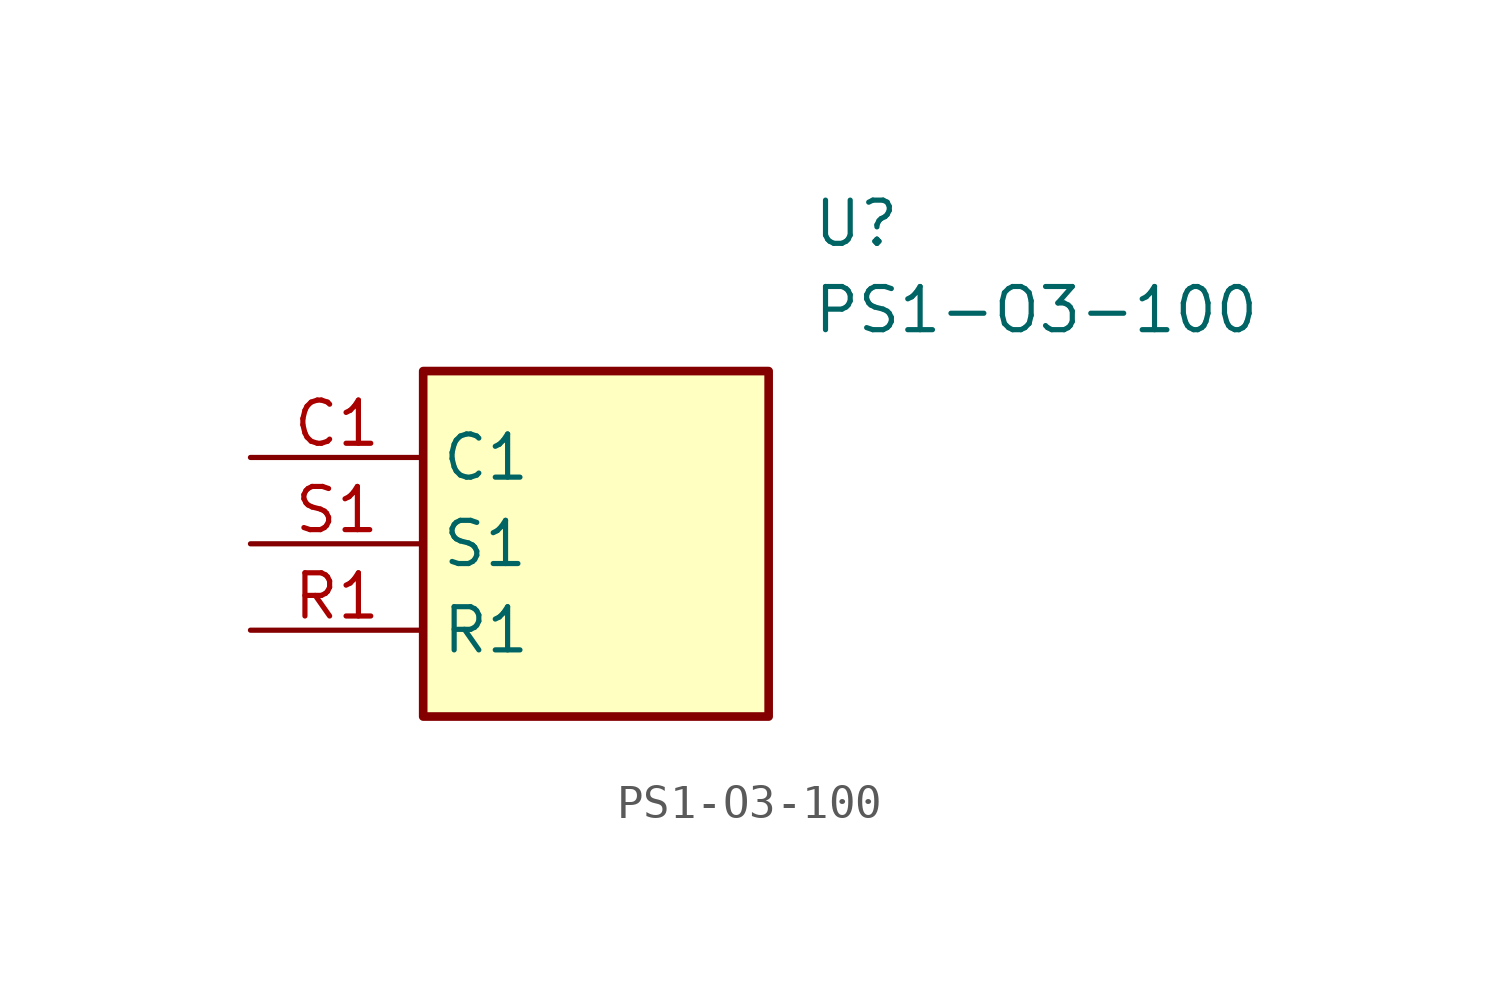
<source format=kicad_sym>
(kicad_symbol_lib
  (version 20211014)
  (generator SamacSys_ECAD_Model)
  (symbol "PS1-O3-100"
    (property "Reference" "U"
      (at 16.51 7.62 0)
      (effects (font (size 1.27 1.27)) (justify left top)))
    (property "Value" "PS1-O3-100"
      (at 16.51 5.08 0)
      (effects (font (size 1.27 1.27)) (justify left top)))
    (rectangle
      (start 5.08 2.54)
      (end 15.24 -7.62)
      (stroke (width 0.254) (type default))
      (fill (type background)))
    (pin passive line
      (at 0 0 0)
      (length 5.08)
      (name "C1" (effects (font (size 1.27 1.27))))
      (number "C1" (effects (font (size 1.27 1.27)))))
    (pin passive line
      (at 0 -5.08 0)
      (length 5.08)
      (name "R1" (effects (font (size 1.27 1.27))))
      (number "R1" (effects (font (size 1.27 1.27)))))
    (pin passive line
      (at 0 -2.54 0)
      (length 5.08)
      (name "S1" (effects (font (size 1.27 1.27))))
      (number "S1" (effects (font (size 1.27 1.27)))))))
</source>
